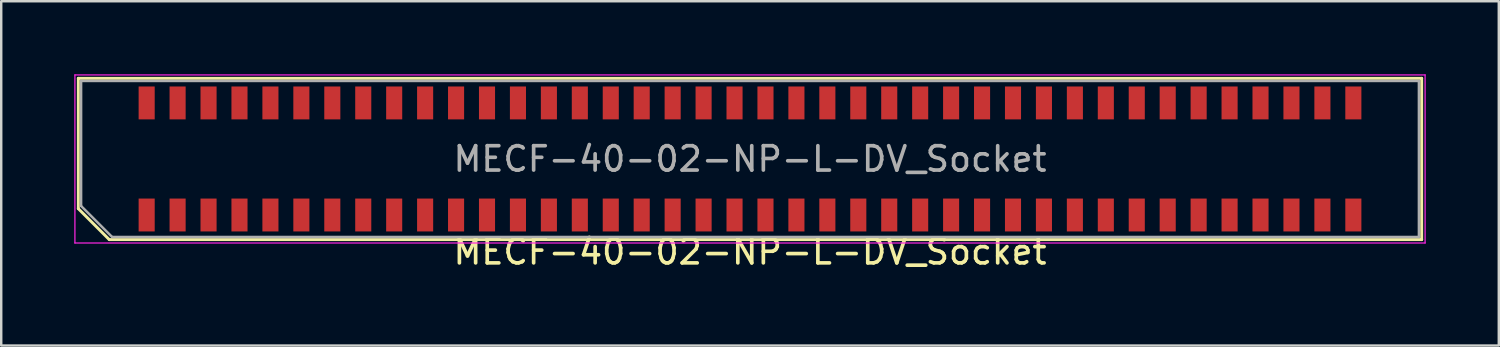
<source format=kicad_pcb>
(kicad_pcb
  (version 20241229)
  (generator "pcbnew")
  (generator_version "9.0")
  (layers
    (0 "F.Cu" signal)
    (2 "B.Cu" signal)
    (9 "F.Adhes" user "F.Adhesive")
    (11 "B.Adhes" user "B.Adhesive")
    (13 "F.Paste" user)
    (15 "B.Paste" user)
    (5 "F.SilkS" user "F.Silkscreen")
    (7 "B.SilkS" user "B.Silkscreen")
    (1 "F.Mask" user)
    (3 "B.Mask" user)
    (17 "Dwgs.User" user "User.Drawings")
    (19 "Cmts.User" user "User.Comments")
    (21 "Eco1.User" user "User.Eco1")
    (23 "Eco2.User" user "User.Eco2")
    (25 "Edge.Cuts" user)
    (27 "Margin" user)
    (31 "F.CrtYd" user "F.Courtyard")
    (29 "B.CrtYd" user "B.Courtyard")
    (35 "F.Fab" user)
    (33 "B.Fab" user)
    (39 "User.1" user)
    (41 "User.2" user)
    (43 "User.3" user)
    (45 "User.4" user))
  (footprint "MECF-40-02-NP-L-DV_Socket"
    (layer "F.Cu")
    (at 27.735 3.475)
    (property "Reference" "MECF-40-02-NP-L-DV_Socket" (at 0 3.81 0) (layer "F.SilkS") (effects (font (size 1 1) (thickness 0.15))))
    (attr smd)
    (fp_line (start -27.57 -3.31) (end 27.57 -3.31) (stroke (width 0.12) (type solid)) (layer "F.SilkS"))
    (fp_line (start -27.57 2.04) (end -27.57 -3.31) (stroke (width 0.12) (type solid)) (layer "F.SilkS"))
    (fp_line (start -26.3 3.31) (end -27.57 2.04) (stroke (width 0.12) (type solid)) (layer "F.SilkS"))
    (fp_line (start -26.3 3.31) (end 27.57 3.31) (stroke (width 0.12) (type solid)) (layer "F.SilkS"))
    (fp_line (start 27.57 3.31) (end 27.57 -3.31) (stroke (width 0.12) (type solid)) (layer "F.SilkS"))
    (fp_line (start -27.71 -3.45) (end -27.71 3.45) (stroke (width 0.05) (type solid)) (layer "F.CrtYd"))
    (fp_line (start -27.71 3.45) (end 27.71 3.45) (stroke (width 0.05) (type solid)) (layer "F.CrtYd"))
    (fp_line (start 27.71 -3.45) (end -27.71 -3.45) (stroke (width 0.05) (type solid)) (layer "F.CrtYd"))
    (fp_line (start 27.71 3.45) (end 27.71 -3.45) (stroke (width 0.05) (type solid)) (layer "F.CrtYd"))
    (fp_line (start -27.455 -3.2) (end 27.455 -3.2) (stroke (width 0.1) (type solid)) (layer "F.Fab"))
    (fp_line (start -27.455 1.93) (end -27.455 -3.2) (stroke (width 0.1) (type solid)) (layer "F.Fab"))
    (fp_line (start -27.455 1.93) (end -26.185 3.2) (stroke (width 0.1) (type solid)) (layer "F.Fab"))
    (fp_line (start -26.185 3.2) (end 27.455 3.2) (stroke (width 0.1) (type solid)) (layer "F.Fab"))
    (fp_line (start 27.455 3.2) (end 27.455 -3.2) (stroke (width 0.1) (type solid)) (layer "F.Fab"))
    (fp_text user "${REFERENCE}" (at 0 0 0) (layer "F.Fab") (effects (font (size 1 1) (thickness 0.15))))
    (pad "" np_thru_hole circle (at -26.545 0) (size 0.001 0.001) (drill 1.45) (layers "*.Cu" "*.Mask"))
    (pad "" np_thru_hole circle (at 26.545 1) (size 0.001 0.001) (drill 1.45) (layers "*.Cu" "*.Mask"))
    (pad "1" smd rect (at -24.765 2.3) (size 0.66 1.35) (layers "F.Cu" "F.Mask" "F.Paste"))
    (pad "2" smd rect (at -24.765 -2.3) (size 0.66 1.35) (layers "F.Cu" "F.Mask" "F.Paste"))
    (pad "3" smd rect (at -23.495 2.3) (size 0.66 1.35) (layers "F.Cu" "F.Mask" "F.Paste"))
    (pad "4" smd rect (at -23.495 -2.3) (size 0.66 1.35) (layers "F.Cu" "F.Mask" "F.Paste"))
    (pad "5" smd rect (at -22.225 2.3) (size 0.66 1.35) (layers "F.Cu" "F.Mask" "F.Paste"))
    (pad "6" smd rect (at -22.225 -2.3) (size 0.66 1.35) (layers "F.Cu" "F.Mask" "F.Paste"))
    (pad "7" smd rect (at -20.955 2.3) (size 0.66 1.35) (layers "F.Cu" "F.Mask" "F.Paste"))
    (pad "8" smd rect (at -20.955 -2.3) (size 0.66 1.35) (layers "F.Cu" "F.Mask" "F.Paste"))
    (pad "9" smd rect (at -19.685 2.3) (size 0.66 1.35) (layers "F.Cu" "F.Mask" "F.Paste"))
    (pad "10" smd rect (at -19.685 -2.3) (size 0.66 1.35) (layers "F.Cu" "F.Mask" "F.Paste"))
    (pad "11" smd rect (at -18.415 2.3) (size 0.66 1.35) (layers "F.Cu" "F.Mask" "F.Paste"))
    (pad "12" smd rect (at -18.415 -2.3) (size 0.66 1.35) (layers "F.Cu" "F.Mask" "F.Paste"))
    (pad "13" smd rect (at -17.145 2.3) (size 0.66 1.35) (layers "F.Cu" "F.Mask" "F.Paste"))
    (pad "14" smd rect (at -17.145 -2.3) (size 0.66 1.35) (layers "F.Cu" "F.Mask" "F.Paste"))
    (pad "15" smd rect (at -15.875 2.3) (size 0.66 1.35) (layers "F.Cu" "F.Mask" "F.Paste"))
    (pad "16" smd rect (at -15.875 -2.3) (size 0.66 1.35) (layers "F.Cu" "F.Mask" "F.Paste"))
    (pad "17" smd rect (at -14.605 2.3) (size 0.66 1.35) (layers "F.Cu" "F.Mask" "F.Paste"))
    (pad "18" smd rect (at -14.605 -2.3) (size 0.66 1.35) (layers "F.Cu" "F.Mask" "F.Paste"))
    (pad "19" smd rect (at -13.335 2.3) (size 0.66 1.35) (layers "F.Cu" "F.Mask" "F.Paste"))
    (pad "20" smd rect (at -13.335 -2.3) (size 0.66 1.35) (layers "F.Cu" "F.Mask" "F.Paste"))
    (pad "21" smd rect (at -12.065 2.3) (size 0.66 1.35) (layers "F.Cu" "F.Mask" "F.Paste"))
    (pad "22" smd rect (at -12.065 -2.3) (size 0.66 1.35) (layers "F.Cu" "F.Mask" "F.Paste"))
    (pad "23" smd rect (at -10.795 2.3) (size 0.66 1.35) (layers "F.Cu" "F.Mask" "F.Paste"))
    (pad "24" smd rect (at -10.795 -2.3) (size 0.66 1.35) (layers "F.Cu" "F.Mask" "F.Paste"))
    (pad "25" smd rect (at -9.525 2.3) (size 0.66 1.35) (layers "F.Cu" "F.Mask" "F.Paste"))
    (pad "26" smd rect (at -9.525 -2.3) (size 0.66 1.35) (layers "F.Cu" "F.Mask" "F.Paste"))
    (pad "27" smd rect (at -8.255 2.3) (size 0.66 1.35) (layers "F.Cu" "F.Mask" "F.Paste"))
    (pad "28" smd rect (at -8.255 -2.3) (size 0.66 1.35) (layers "F.Cu" "F.Mask" "F.Paste"))
    (pad "29" smd rect (at -6.985 2.3) (size 0.66 1.35) (layers "F.Cu" "F.Mask" "F.Paste"))
    (pad "30" smd rect (at -6.985 -2.3) (size 0.66 1.35) (layers "F.Cu" "F.Mask" "F.Paste"))
    (pad "31" smd rect (at -5.715 2.3) (size 0.66 1.35) (layers "F.Cu" "F.Mask" "F.Paste"))
    (pad "32" smd rect (at -5.715 -2.3) (size 0.66 1.35) (layers "F.Cu" "F.Mask" "F.Paste"))
    (pad "33" smd rect (at -4.445 2.3) (size 0.66 1.35) (layers "F.Cu" "F.Mask" "F.Paste"))
    (pad "34" smd rect (at -4.445 -2.3) (size 0.66 1.35) (layers "F.Cu" "F.Mask" "F.Paste"))
    (pad "35" smd rect (at -3.175 2.3) (size 0.66 1.35) (layers "F.Cu" "F.Mask" "F.Paste"))
    (pad "36" smd rect (at -3.175 -2.3) (size 0.66 1.35) (layers "F.Cu" "F.Mask" "F.Paste"))
    (pad "37" smd rect (at -1.905 2.3) (size 0.66 1.35) (layers "F.Cu" "F.Mask" "F.Paste"))
    (pad "38" smd rect (at -1.905 -2.3) (size 0.66 1.35) (layers "F.Cu" "F.Mask" "F.Paste"))
    (pad "39" smd rect (at -0.635 2.3) (size 0.66 1.35) (layers "F.Cu" "F.Mask" "F.Paste"))
    (pad "40" smd rect (at -0.635 -2.3) (size 0.66 1.35) (layers "F.Cu" "F.Mask" "F.Paste"))
    (pad "41" smd rect (at 0.635 2.3) (size 0.66 1.35) (layers "F.Cu" "F.Mask" "F.Paste"))
    (pad "42" smd rect (at 0.635 -2.3) (size 0.66 1.35) (layers "F.Cu" "F.Mask" "F.Paste"))
    (pad "43" smd rect (at 1.905 2.3) (size 0.66 1.35) (layers "F.Cu" "F.Mask" "F.Paste"))
    (pad "44" smd rect (at 1.905 -2.3) (size 0.66 1.35) (layers "F.Cu" "F.Mask" "F.Paste"))
    (pad "45" smd rect (at 3.175 2.3) (size 0.66 1.35) (layers "F.Cu" "F.Mask" "F.Paste"))
    (pad "46" smd rect (at 3.175 -2.3) (size 0.66 1.35) (layers "F.Cu" "F.Mask" "F.Paste"))
    (pad "47" smd rect (at 4.445 2.3) (size 0.66 1.35) (layers "F.Cu" "F.Mask" "F.Paste"))
    (pad "48" smd rect (at 4.445 -2.3) (size 0.66 1.35) (layers "F.Cu" "F.Mask" "F.Paste"))
    (pad "49" smd rect (at 5.715 2.3) (size 0.66 1.35) (layers "F.Cu" "F.Mask" "F.Paste"))
    (pad "50" smd rect (at 5.715 -2.3) (size 0.66 1.35) (layers "F.Cu" "F.Mask" "F.Paste"))
    (pad "51" smd rect (at 6.985 2.3) (size 0.66 1.35) (layers "F.Cu" "F.Mask" "F.Paste"))
    (pad "52" smd rect (at 6.985 -2.3) (size 0.66 1.35) (layers "F.Cu" "F.Mask" "F.Paste"))
    (pad "53" smd rect (at 8.255 2.3) (size 0.66 1.35) (layers "F.Cu" "F.Mask" "F.Paste"))
    (pad "54" smd rect (at 8.255 -2.3) (size 0.66 1.35) (layers "F.Cu" "F.Mask" "F.Paste"))
    (pad "55" smd rect (at 9.525 2.3) (size 0.66 1.35) (layers "F.Cu" "F.Mask" "F.Paste"))
    (pad "56" smd rect (at 9.525 -2.3) (size 0.66 1.35) (layers "F.Cu" "F.Mask" "F.Paste"))
    (pad "57" smd rect (at 10.795 2.3) (size 0.66 1.35) (layers "F.Cu" "F.Mask" "F.Paste"))
    (pad "58" smd rect (at 10.795 -2.3) (size 0.66 1.35) (layers "F.Cu" "F.Mask" "F.Paste"))
    (pad "59" smd rect (at 12.065 2.3) (size 0.66 1.35) (layers "F.Cu" "F.Mask" "F.Paste"))
    (pad "60" smd rect (at 12.065 -2.3) (size 0.66 1.35) (layers "F.Cu" "F.Mask" "F.Paste"))
    (pad "61" smd rect (at 13.335 2.3) (size 0.66 1.35) (layers "F.Cu" "F.Mask" "F.Paste"))
    (pad "62" smd rect (at 13.335 -2.3) (size 0.66 1.35) (layers "F.Cu" "F.Mask" "F.Paste"))
    (pad "63" smd rect (at 14.605 2.3) (size 0.66 1.35) (layers "F.Cu" "F.Mask" "F.Paste"))
    (pad "64" smd rect (at 14.605 -2.3) (size 0.66 1.35) (layers "F.Cu" "F.Mask" "F.Paste"))
    (pad "65" smd rect (at 15.875 2.3) (size 0.66 1.35) (layers "F.Cu" "F.Mask" "F.Paste"))
    (pad "66" smd rect (at 15.875 -2.3) (size 0.66 1.35) (layers "F.Cu" "F.Mask" "F.Paste"))
    (pad "67" smd rect (at 17.145 2.3) (size 0.66 1.35) (layers "F.Cu" "F.Mask" "F.Paste"))
    (pad "68" smd rect (at 17.145 -2.3) (size 0.66 1.35) (layers "F.Cu" "F.Mask" "F.Paste"))
    (pad "69" smd rect (at 18.415 2.3) (size 0.66 1.35) (layers "F.Cu" "F.Mask" "F.Paste"))
    (pad "70" smd rect (at 18.415 -2.3) (size 0.66 1.35) (layers "F.Cu" "F.Mask" "F.Paste"))
    (pad "71" smd rect (at 19.685 2.3) (size 0.66 1.35) (layers "F.Cu" "F.Mask" "F.Paste"))
    (pad "72" smd rect (at 19.685 -2.3) (size 0.66 1.35) (layers "F.Cu" "F.Mask" "F.Paste"))
    (pad "73" smd rect (at 20.955 2.3) (size 0.66 1.35) (layers "F.Cu" "F.Mask" "F.Paste"))
    (pad "74" smd rect (at 20.955 -2.3) (size 0.66 1.35) (layers "F.Cu" "F.Mask" "F.Paste"))
    (pad "75" smd rect (at 22.225 2.3) (size 0.66 1.35) (layers "F.Cu" "F.Mask" "F.Paste"))
    (pad "76" smd rect (at 22.225 -2.3) (size 0.66 1.35) (layers "F.Cu" "F.Mask" "F.Paste"))
    (pad "77" smd rect (at 23.495 2.3) (size 0.66 1.35) (layers "F.Cu" "F.Mask" "F.Paste"))
    (pad "78" smd rect (at 23.495 -2.3) (size 0.66 1.35) (layers "F.Cu" "F.Mask" "F.Paste"))
    (pad "79" smd rect (at 24.765 2.3) (size 0.66 1.35) (layers "F.Cu" "F.Mask" "F.Paste"))
    (pad "80" smd rect (at 24.765 -2.3) (size 0.66 1.35) (layers "F.Cu" "F.Mask" "F.Paste")))
  (gr_rect
    (start -3 -3)
    (end 58.47 11.133)
    (stroke (width 0.1) (type default))
    (fill no)
    (layer "Edge.Cuts")))
</source>
